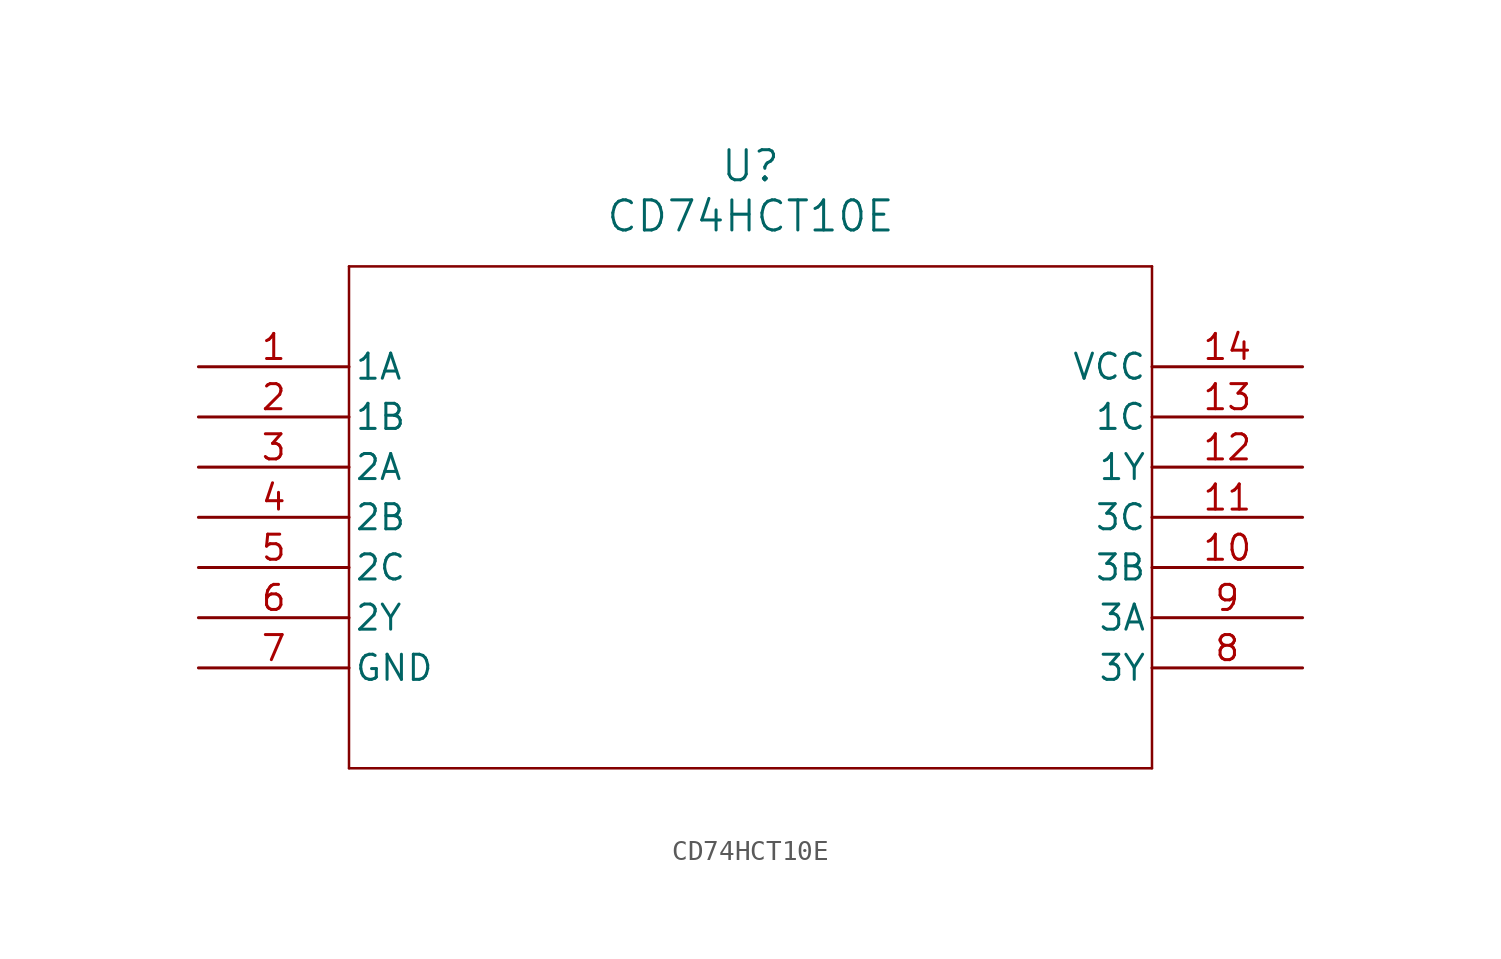
<source format=kicad_sym>
(kicad_symbol_lib
  (version 20211014)
  (generator kicad_symbol_editor)
  (symbol "CD74HCT10E"
    (pin_names
      (offset 0.254))
    (property "Reference" "U"
      (at 27.94 10.16 0)
      (effects (font (size 1.524 1.524))))
    (property "Value" "CD74HCT10E"
      (at 27.94 7.62 0)
      (effects (font (size 1.524 1.524))))
    (symbol "CD74HCT10E_0_1"
      (polyline (pts (xy 7.62 5.08) (xy 7.62 -20.32)) (stroke (width 0.127) (type default) (color 0 0 0 0)) (fill (type none)))
      (polyline (pts (xy 7.62 -20.32) (xy 48.26 -20.32)) (stroke (width 0.127) (type default) (color 0 0 0 0)) (fill (type none)))
      (polyline (pts (xy 48.26 -20.32) (xy 48.26 5.08)) (stroke (width 0.127) (type default) (color 0 0 0 0)) (fill (type none)))
      (polyline (pts (xy 48.26 5.08) (xy 7.62 5.08)) (stroke (width 0.127) (type default) (color 0 0 0 0)) (fill (type none)))
      (pin input line (at 0 0 0) (length 7.62) (name "1A" (effects (font (size 1.27 1.27)))) (number "1" (effects (font (size 1.27 1.27)))))
      (pin input line (at 0 -2.54 0) (length 7.62) (name "1B" (effects (font (size 1.27 1.27)))) (number "2" (effects (font (size 1.27 1.27)))))
      (pin input line (at 0 -5.08 0) (length 7.62) (name "2A" (effects (font (size 1.27 1.27)))) (number "3" (effects (font (size 1.27 1.27)))))
      (pin input line (at 0 -7.62 0) (length 7.62) (name "2B" (effects (font (size 1.27 1.27)))) (number "4" (effects (font (size 1.27 1.27)))))
      (pin input line (at 0 -10.16 0) (length 7.62) (name "2C" (effects (font (size 1.27 1.27)))) (number "5" (effects (font (size 1.27 1.27)))))
      (pin output line (at 0 -12.7 0) (length 7.62) (name "2Y" (effects (font (size 1.27 1.27)))) (number "6" (effects (font (size 1.27 1.27)))))
      (pin power_in line (at 0 -15.24 0) (length 7.62) (name "GND" (effects (font (size 1.27 1.27)))) (number "7" (effects (font (size 1.27 1.27)))))
      (pin output line (at 55.88 -15.24 180) (length 7.62) (name "3Y" (effects (font (size 1.27 1.27)))) (number "8" (effects (font (size 1.27 1.27)))))
      (pin input line (at 55.88 -12.7 180) (length 7.62) (name "3A" (effects (font (size 1.27 1.27)))) (number "9" (effects (font (size 1.27 1.27)))))
      (pin input line (at 55.88 -10.16 180) (length 7.62) (name "3B" (effects (font (size 1.27 1.27)))) (number "10" (effects (font (size 1.27 1.27)))))
      (pin input line (at 55.88 -7.62 180) (length 7.62) (name "3C" (effects (font (size 1.27 1.27)))) (number "11" (effects (font (size 1.27 1.27)))))
      (pin output line (at 55.88 -5.08 180) (length 7.62) (name "1Y" (effects (font (size 1.27 1.27)))) (number "12" (effects (font (size 1.27 1.27)))))
      (pin input line (at 55.88 -2.54 180) (length 7.62) (name "1C" (effects (font (size 1.27 1.27)))) (number "13" (effects (font (size 1.27 1.27)))))
      (pin power_in line (at 55.88 0 180) (length 7.62) (name "VCC" (effects (font (size 1.27 1.27)))) (number "14" (effects (font (size 1.27 1.27))))))))
</source>
